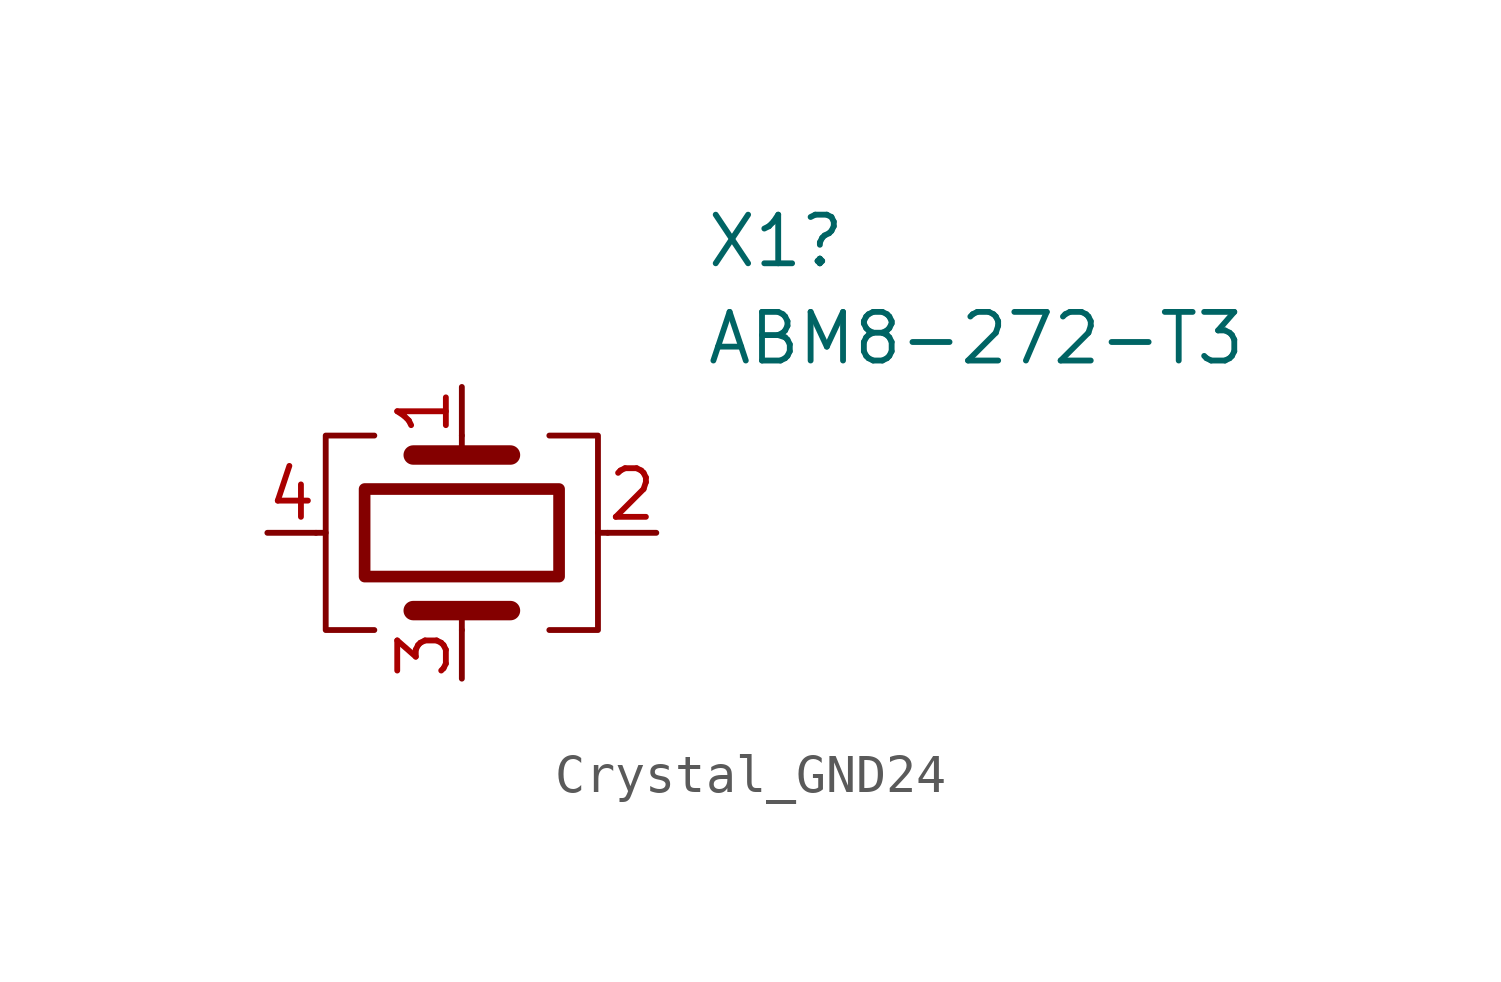
<source format=kicad_sym>
(kicad_symbol_lib
  (version 20241209)
  (generator "kicad_symbol_editor")
  (generator_version "9.0")
  (symbol "Crystal_GND24"
    (pin_names
      (offset 1.016)
      (hide yes))
    (property "Reference" "X1"
      (at 11.43 7.62 0)
      (effects (font (size 1.27 1.27)) (justify left)))
    (property "Value" "ABM8-272-T3"
      (at 11.43 5.08 0)
      (effects (font (size 1.27 1.27)) (justify left)))
    (symbol "Crystal_GND24_0_1"
      (polyline (pts (xy 1.27 0) (xy 1.524 0)) (stroke (width 0) (type default)) (fill (type none)))
      (polyline (pts (xy 2.794 2.54) (xy 1.524 2.54) (xy 1.524 -2.54) (xy 2.794 -2.54)) (stroke (width 0) (type default)) (fill (type none)))
      (polyline (pts (xy 3.81 2.032) (xy 6.35 2.032)) (stroke (width 0.508) (type default)) (fill (type none)))
      (polyline (pts (xy 3.81 -2.032) (xy 6.35 -2.032)) (stroke (width 0.508) (type default)) (fill (type none)))
      (polyline (pts (xy 5.08 2.54) (xy 5.08 2.032)) (stroke (width 0) (type default)) (fill (type none)))
      (polyline (pts (xy 5.08 -2.032) (xy 5.08 -2.54)) (stroke (width 0) (type default)) (fill (type none)))
      (polyline (pts (xy 7.366 2.54) (xy 8.636 2.54) (xy 8.636 -2.54) (xy 7.366 -2.54)) (stroke (width 0) (type default)) (fill (type none)))
      (rectangle (start 7.62 1.143) (end 2.54 -1.143) (stroke (width 0.305) (type default)) (fill (type none)))
      (polyline (pts (xy 8.636 0) (xy 8.89 0)) (stroke (width 0) (type default)) (fill (type none))))
    (symbol "Crystal_GND24_1_1"
      (pin passive line (at 0 0 0) (length 1.27) (name "4" (effects (font (size 1.27 1.27)))) (number "4" (effects (font (size 1.27 1.27)))))
      (pin passive line (at 5.08 3.81 270) (length 1.27) (name "1" (effects (font (size 1.27 1.27)))) (number "1" (effects (font (size 1.27 1.27)))))
      (pin passive line (at 5.08 -3.81 90) (length 1.27) (name "3" (effects (font (size 1.27 1.27)))) (number "3" (effects (font (size 1.27 1.27)))))
      (pin passive line (at 10.16 0 180) (length 1.27) (name "2" (effects (font (size 1.27 1.27)))) (number "2" (effects (font (size 1.27 1.27))))))))
</source>
